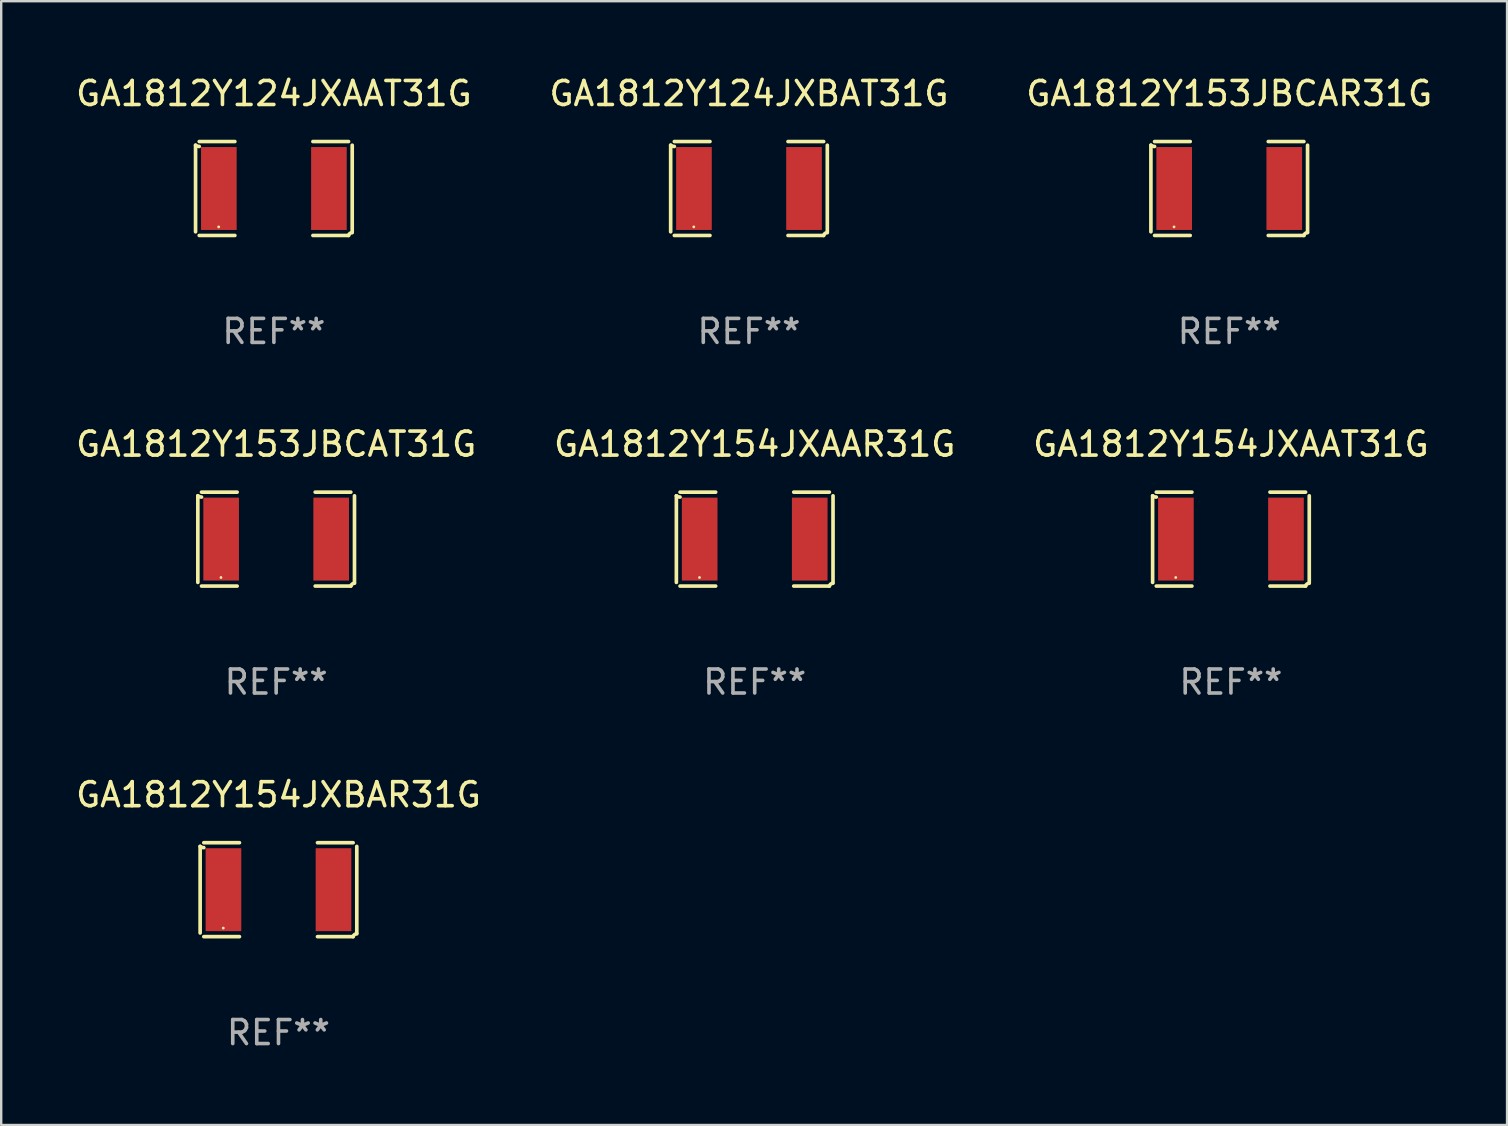
<source format=kicad_pcb>
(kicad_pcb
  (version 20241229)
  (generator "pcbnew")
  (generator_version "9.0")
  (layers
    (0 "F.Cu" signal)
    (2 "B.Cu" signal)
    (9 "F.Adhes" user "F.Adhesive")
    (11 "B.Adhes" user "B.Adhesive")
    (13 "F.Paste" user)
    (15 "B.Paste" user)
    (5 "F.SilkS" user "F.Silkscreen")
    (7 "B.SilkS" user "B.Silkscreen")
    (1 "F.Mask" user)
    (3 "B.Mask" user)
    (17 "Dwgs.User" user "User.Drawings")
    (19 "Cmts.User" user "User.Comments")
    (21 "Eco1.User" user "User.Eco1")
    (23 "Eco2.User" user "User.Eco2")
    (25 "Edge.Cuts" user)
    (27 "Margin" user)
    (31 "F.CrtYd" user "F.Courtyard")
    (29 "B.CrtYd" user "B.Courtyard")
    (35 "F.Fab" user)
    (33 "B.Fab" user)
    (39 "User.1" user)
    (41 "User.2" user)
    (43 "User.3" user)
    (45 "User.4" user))
  (footprint "GA1812Y124JXAAT31G"
    (layer "F.Cu")
    (at 8.363 4.805)
    (property "Reference" "GA1812Y124JXAAT31G" (at 0 -3.957 0) (layer "F.SilkS") (effects (font (size 1 1) (thickness 0.15))))
    (attr through_hole)
    (fp_line (start -3.264 1.804) (end -3.264 -1.804) (stroke (width 0.152) (type solid)) (layer "F.SilkS"))
    (fp_line (start -3.111 -1.957) (end -1.626 -1.957) (stroke (width 0.152) (type solid)) (layer "F.SilkS"))
    (fp_line (start -1.626 1.957) (end -3.111 1.957) (stroke (width 0.152) (type solid)) (layer "F.SilkS"))
    (fp_line (start 1.626 1.957) (end 3.111 1.957) (stroke (width 0.152) (type solid)) (layer "F.SilkS"))
    (fp_line (start 3.111 -1.957) (end 1.626 -1.957) (stroke (width 0.152) (type solid)) (layer "F.SilkS"))
    (fp_line (start 3.264 1.804) (end 3.264 -1.804) (stroke (width 0.152) (type solid)) (layer "F.SilkS"))
    (fp_arc (start -3.111202 -1.752192) (mid -3.191715 -1.76555) (end -3.263602 -1.804191) (stroke (width 0.1524) (type solid)) (layer "F.SilkS"))
    (fp_arc (start 3.111201 1.956591) (mid 3.167789 1.872777) (end 3.263602 1.840424) (stroke (width 0.1524) (type solid)) (layer "F.SilkS"))
    (fp_circle (center -2.3 1.6) (end -2.27 1.6) (stroke (width 0.06) (type solid)) (fill no) (layer "F.SilkS"))
    (fp_text user "REF**" (at 0 5.957 0) (layer "F.Fab") (effects (font (size 1 1) (thickness 0.15))))
    (pad "1" smd rect (at -2.293 0) (size 1.485 3.456) (layers "F.Cu" "F.Mask" "F.Paste"))
    (pad "2" smd rect (at 2.293 0) (size 1.485 3.456) (layers "F.Cu" "F.Mask" "F.Paste")))
  (footprint "GA1812Y154JXAAT31G"
    (layer "F.Cu")
    (at 48.244 19.415)
    (property "Reference" "GA1812Y154JXAAT31G" (at 0 -3.957 0) (layer "F.SilkS") (effects (font (size 1 1) (thickness 0.15))))
    (attr through_hole)
    (fp_line (start -3.264 1.804) (end -3.264 -1.804) (stroke (width 0.152) (type solid)) (layer "F.SilkS"))
    (fp_line (start -3.111 -1.957) (end -1.626 -1.957) (stroke (width 0.152) (type solid)) (layer "F.SilkS"))
    (fp_line (start -1.626 1.957) (end -3.111 1.957) (stroke (width 0.152) (type solid)) (layer "F.SilkS"))
    (fp_line (start 1.626 1.957) (end 3.111 1.957) (stroke (width 0.152) (type solid)) (layer "F.SilkS"))
    (fp_line (start 3.111 -1.957) (end 1.626 -1.957) (stroke (width 0.152) (type solid)) (layer "F.SilkS"))
    (fp_line (start 3.264 1.804) (end 3.264 -1.804) (stroke (width 0.152) (type solid)) (layer "F.SilkS"))
    (fp_arc (start -3.111202 -1.752192) (mid -3.191715 -1.76555) (end -3.263602 -1.804191) (stroke (width 0.1524) (type solid)) (layer "F.SilkS"))
    (fp_arc (start 3.111201 1.956591) (mid 3.167789 1.872777) (end 3.263602 1.840424) (stroke (width 0.1524) (type solid)) (layer "F.SilkS"))
    (fp_circle (center -2.3 1.6) (end -2.27 1.6) (stroke (width 0.06) (type solid)) (fill no) (layer "F.SilkS"))
    (fp_text user "REF**" (at 0 5.957 0) (layer "F.Fab") (effects (font (size 1 1) (thickness 0.15))))
    (pad "1" smd rect (at -2.293 0) (size 1.485 3.456) (layers "F.Cu" "F.Mask" "F.Paste"))
    (pad "2" smd rect (at 2.293 0) (size 1.485 3.456) (layers "F.Cu" "F.Mask" "F.Paste")))
  (footprint "GA1812Y154JXBAR31G"
    (layer "F.Cu")
    (at 8.554 34.024)
    (property "Reference" "GA1812Y154JXBAR31G" (at 0 -3.957 0) (layer "F.SilkS") (effects (font (size 1 1) (thickness 0.15))))
    (attr through_hole)
    (fp_line (start -3.264 1.804) (end -3.264 -1.804) (stroke (width 0.152) (type solid)) (layer "F.SilkS"))
    (fp_line (start -3.111 -1.957) (end -1.626 -1.957) (stroke (width 0.152) (type solid)) (layer "F.SilkS"))
    (fp_line (start -1.626 1.957) (end -3.111 1.957) (stroke (width 0.152) (type solid)) (layer "F.SilkS"))
    (fp_line (start 1.626 1.957) (end 3.111 1.957) (stroke (width 0.152) (type solid)) (layer "F.SilkS"))
    (fp_line (start 3.111 -1.957) (end 1.626 -1.957) (stroke (width 0.152) (type solid)) (layer "F.SilkS"))
    (fp_line (start 3.264 1.804) (end 3.264 -1.804) (stroke (width 0.152) (type solid)) (layer "F.SilkS"))
    (fp_arc (start -3.111202 -1.752192) (mid -3.191715 -1.76555) (end -3.263602 -1.804191) (stroke (width 0.1524) (type solid)) (layer "F.SilkS"))
    (fp_arc (start 3.111201 1.956591) (mid 3.167789 1.872777) (end 3.263602 1.840424) (stroke (width 0.1524) (type solid)) (layer "F.SilkS"))
    (fp_circle (center -2.3 1.6) (end -2.27 1.6) (stroke (width 0.06) (type solid)) (fill no) (layer "F.SilkS"))
    (fp_text user "REF**" (at 0 5.957 0) (layer "F.Fab") (effects (font (size 1 1) (thickness 0.15))))
    (pad "1" smd rect (at -2.293 0) (size 1.485 3.456) (layers "F.Cu" "F.Mask" "F.Paste"))
    (pad "2" smd rect (at 2.293 0) (size 1.485 3.456) (layers "F.Cu" "F.Mask" "F.Paste")))
  (footprint "GA1812Y124JXBAT31G"
    (layer "F.Cu")
    (at 28.161 4.805)
    (property "Reference" "GA1812Y124JXBAT31G" (at 0 -3.957 0) (layer "F.SilkS") (effects (font (size 1 1) (thickness 0.15))))
    (attr through_hole)
    (fp_line (start -3.264 1.804) (end -3.264 -1.804) (stroke (width 0.152) (type solid)) (layer "F.SilkS"))
    (fp_line (start -3.111 -1.957) (end -1.626 -1.957) (stroke (width 0.152) (type solid)) (layer "F.SilkS"))
    (fp_line (start -1.626 1.957) (end -3.111 1.957) (stroke (width 0.152) (type solid)) (layer "F.SilkS"))
    (fp_line (start 1.626 1.957) (end 3.111 1.957) (stroke (width 0.152) (type solid)) (layer "F.SilkS"))
    (fp_line (start 3.111 -1.957) (end 1.626 -1.957) (stroke (width 0.152) (type solid)) (layer "F.SilkS"))
    (fp_line (start 3.264 1.804) (end 3.264 -1.804) (stroke (width 0.152) (type solid)) (layer "F.SilkS"))
    (fp_arc (start -3.111202 -1.752192) (mid -3.191715 -1.76555) (end -3.263602 -1.804191) (stroke (width 0.1524) (type solid)) (layer "F.SilkS"))
    (fp_arc (start 3.111201 1.956591) (mid 3.167789 1.872777) (end 3.263602 1.840424) (stroke (width 0.1524) (type solid)) (layer "F.SilkS"))
    (fp_circle (center -2.3 1.6) (end -2.27 1.6) (stroke (width 0.06) (type solid)) (fill no) (layer "F.SilkS"))
    (fp_text user "REF**" (at 0 5.957 0) (layer "F.Fab") (effects (font (size 1 1) (thickness 0.15))))
    (pad "1" smd rect (at -2.293 0) (size 1.485 3.456) (layers "F.Cu" "F.Mask" "F.Paste"))
    (pad "2" smd rect (at 2.293 0) (size 1.485 3.456) (layers "F.Cu" "F.Mask" "F.Paste")))
  (footprint "GA1812Y153JBCAR31G"
    (layer "F.Cu")
    (at 48.173 4.805)
    (property "Reference" "GA1812Y153JBCAR31G" (at 0 -3.957 0) (layer "F.SilkS") (effects (font (size 1 1) (thickness 0.15))))
    (attr through_hole)
    (fp_line (start -3.264 1.804) (end -3.264 -1.804) (stroke (width 0.152) (type solid)) (layer "F.SilkS"))
    (fp_line (start -3.111 -1.957) (end -1.626 -1.957) (stroke (width 0.152) (type solid)) (layer "F.SilkS"))
    (fp_line (start -1.626 1.957) (end -3.111 1.957) (stroke (width 0.152) (type solid)) (layer "F.SilkS"))
    (fp_line (start 1.626 1.957) (end 3.111 1.957) (stroke (width 0.152) (type solid)) (layer "F.SilkS"))
    (fp_line (start 3.111 -1.957) (end 1.626 -1.957) (stroke (width 0.152) (type solid)) (layer "F.SilkS"))
    (fp_line (start 3.264 1.804) (end 3.264 -1.804) (stroke (width 0.152) (type solid)) (layer "F.SilkS"))
    (fp_arc (start -3.111202 -1.752192) (mid -3.191715 -1.76555) (end -3.263602 -1.804191) (stroke (width 0.1524) (type solid)) (layer "F.SilkS"))
    (fp_arc (start 3.111201 1.956591) (mid 3.167789 1.872777) (end 3.263602 1.840424) (stroke (width 0.1524) (type solid)) (layer "F.SilkS"))
    (fp_circle (center -2.3 1.6) (end -2.27 1.6) (stroke (width 0.06) (type solid)) (fill no) (layer "F.SilkS"))
    (fp_text user "REF**" (at 0 5.957 0) (layer "F.Fab") (effects (font (size 1 1) (thickness 0.15))))
    (pad "1" smd rect (at -2.293 0) (size 1.485 3.456) (layers "F.Cu" "F.Mask" "F.Paste"))
    (pad "2" smd rect (at 2.293 0) (size 1.485 3.456) (layers "F.Cu" "F.Mask" "F.Paste")))
  (footprint "GA1812Y153JBCAT31G"
    (layer "F.Cu")
    (at 8.458 19.415)
    (property "Reference" "GA1812Y153JBCAT31G" (at 0 -3.957 0) (layer "F.SilkS") (effects (font (size 1 1) (thickness 0.15))))
    (attr through_hole)
    (fp_line (start -3.264 1.804) (end -3.264 -1.804) (stroke (width 0.152) (type solid)) (layer "F.SilkS"))
    (fp_line (start -3.111 -1.957) (end -1.626 -1.957) (stroke (width 0.152) (type solid)) (layer "F.SilkS"))
    (fp_line (start -1.626 1.957) (end -3.111 1.957) (stroke (width 0.152) (type solid)) (layer "F.SilkS"))
    (fp_line (start 1.626 1.957) (end 3.111 1.957) (stroke (width 0.152) (type solid)) (layer "F.SilkS"))
    (fp_line (start 3.111 -1.957) (end 1.626 -1.957) (stroke (width 0.152) (type solid)) (layer "F.SilkS"))
    (fp_line (start 3.264 1.804) (end 3.264 -1.804) (stroke (width 0.152) (type solid)) (layer "F.SilkS"))
    (fp_arc (start -3.111202 -1.752192) (mid -3.191715 -1.76555) (end -3.263602 -1.804191) (stroke (width 0.1524) (type solid)) (layer "F.SilkS"))
    (fp_arc (start 3.111201 1.956591) (mid 3.167789 1.872777) (end 3.263602 1.840424) (stroke (width 0.1524) (type solid)) (layer "F.SilkS"))
    (fp_circle (center -2.3 1.6) (end -2.27 1.6) (stroke (width 0.06) (type solid)) (fill no) (layer "F.SilkS"))
    (fp_text user "REF**" (at 0 5.957 0) (layer "F.Fab") (effects (font (size 1 1) (thickness 0.15))))
    (pad "1" smd rect (at -2.293 0) (size 1.485 3.456) (layers "F.Cu" "F.Mask" "F.Paste"))
    (pad "2" smd rect (at 2.293 0) (size 1.485 3.456) (layers "F.Cu" "F.Mask" "F.Paste")))
  (footprint "GA1812Y154JXAAR31G"
    (layer "F.Cu")
    (at 28.399 19.415)
    (property "Reference" "GA1812Y154JXAAR31G" (at 0 -3.957 0) (layer "F.SilkS") (effects (font (size 1 1) (thickness 0.15))))
    (attr through_hole)
    (fp_line (start -3.264 1.804) (end -3.264 -1.804) (stroke (width 0.152) (type solid)) (layer "F.SilkS"))
    (fp_line (start -3.111 -1.957) (end -1.626 -1.957) (stroke (width 0.152) (type solid)) (layer "F.SilkS"))
    (fp_line (start -1.626 1.957) (end -3.111 1.957) (stroke (width 0.152) (type solid)) (layer "F.SilkS"))
    (fp_line (start 1.626 1.957) (end 3.111 1.957) (stroke (width 0.152) (type solid)) (layer "F.SilkS"))
    (fp_line (start 3.111 -1.957) (end 1.626 -1.957) (stroke (width 0.152) (type solid)) (layer "F.SilkS"))
    (fp_line (start 3.264 1.804) (end 3.264 -1.804) (stroke (width 0.152) (type solid)) (layer "F.SilkS"))
    (fp_arc (start -3.111202 -1.752192) (mid -3.191715 -1.76555) (end -3.263602 -1.804191) (stroke (width 0.1524) (type solid)) (layer "F.SilkS"))
    (fp_arc (start 3.111201 1.956591) (mid 3.167789 1.872777) (end 3.263602 1.840424) (stroke (width 0.1524) (type solid)) (layer "F.SilkS"))
    (fp_circle (center -2.3 1.6) (end -2.27 1.6) (stroke (width 0.06) (type solid)) (fill no) (layer "F.SilkS"))
    (fp_text user "REF**" (at 0 5.957 0) (layer "F.Fab") (effects (font (size 1 1) (thickness 0.15))))
    (pad "1" smd rect (at -2.293 0) (size 1.485 3.456) (layers "F.Cu" "F.Mask" "F.Paste"))
    (pad "2" smd rect (at 2.293 0) (size 1.485 3.456) (layers "F.Cu" "F.Mask" "F.Paste")))
  (gr_rect
    (start -3 -3)
    (end 59.75 43.829)
    (stroke (width 0.1) (type default))
    (fill no)
    (layer "Edge.Cuts")))
</source>
